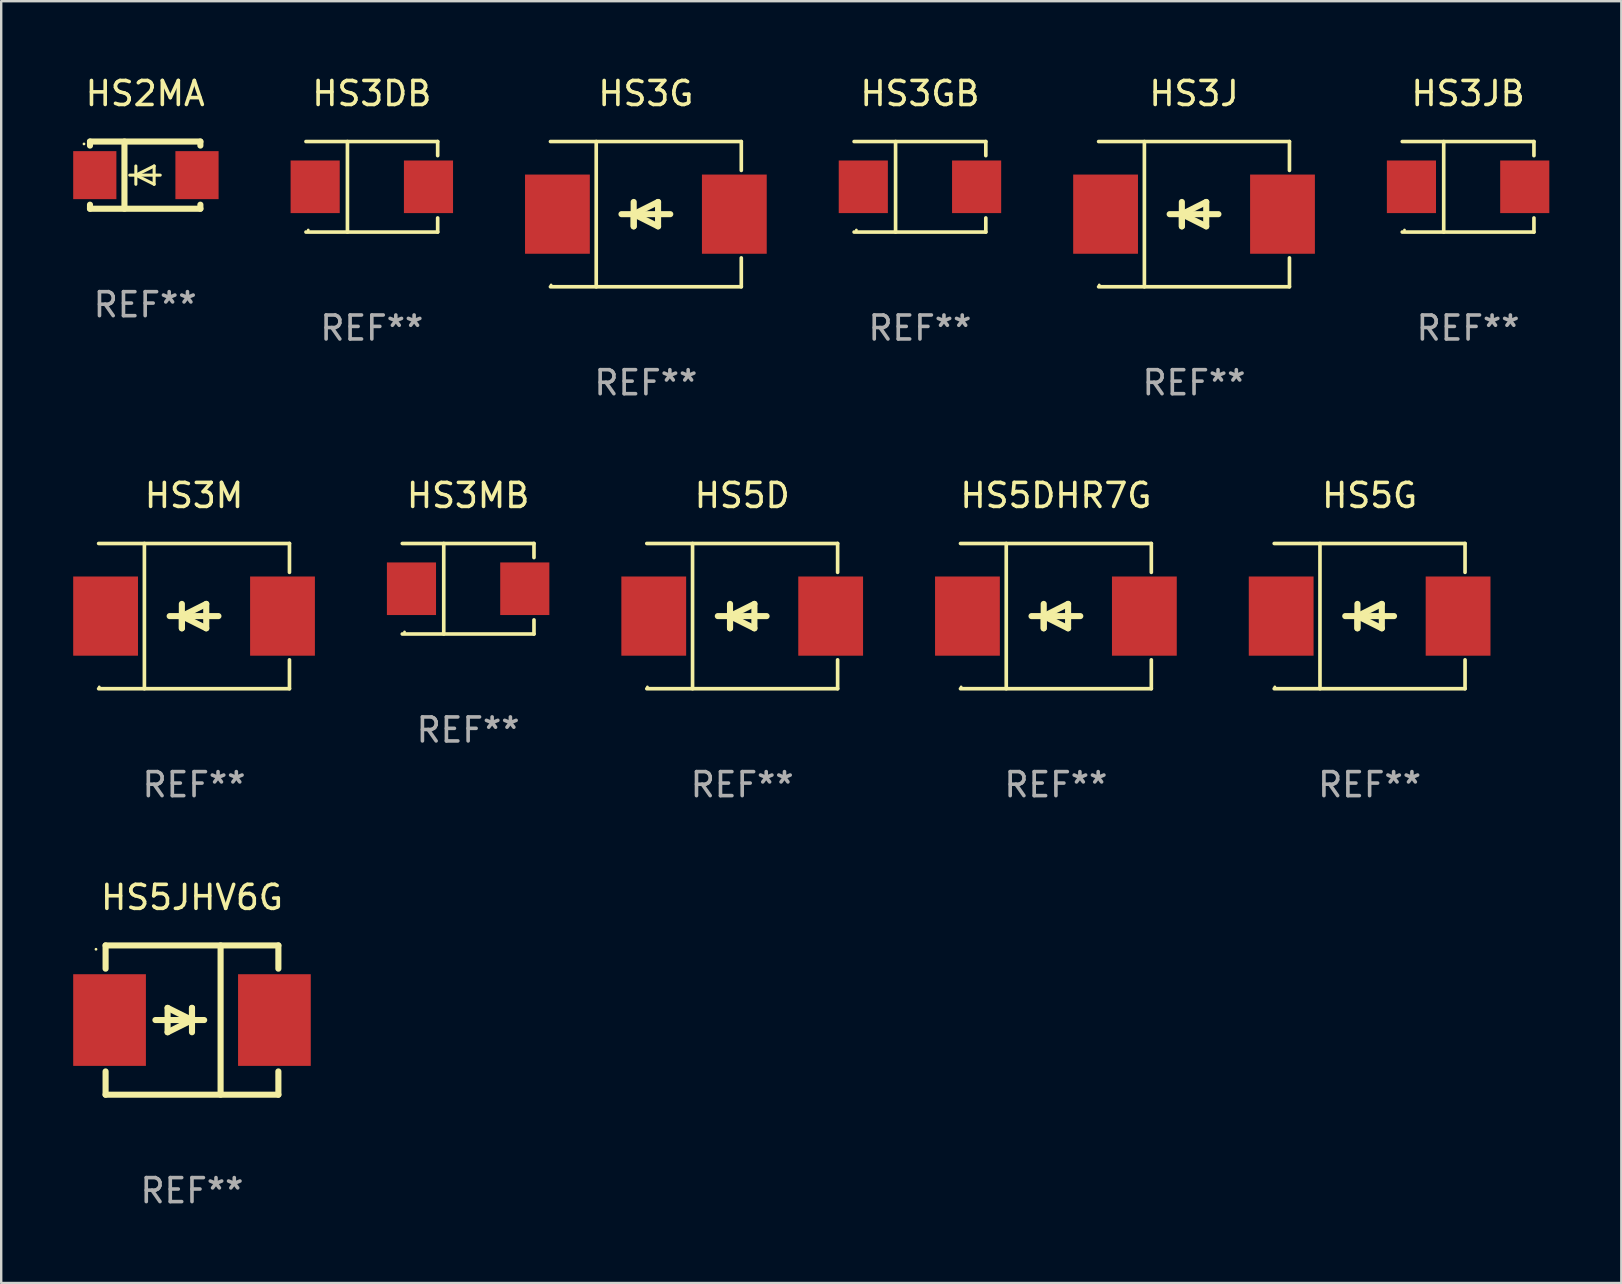
<source format=kicad_pcb>
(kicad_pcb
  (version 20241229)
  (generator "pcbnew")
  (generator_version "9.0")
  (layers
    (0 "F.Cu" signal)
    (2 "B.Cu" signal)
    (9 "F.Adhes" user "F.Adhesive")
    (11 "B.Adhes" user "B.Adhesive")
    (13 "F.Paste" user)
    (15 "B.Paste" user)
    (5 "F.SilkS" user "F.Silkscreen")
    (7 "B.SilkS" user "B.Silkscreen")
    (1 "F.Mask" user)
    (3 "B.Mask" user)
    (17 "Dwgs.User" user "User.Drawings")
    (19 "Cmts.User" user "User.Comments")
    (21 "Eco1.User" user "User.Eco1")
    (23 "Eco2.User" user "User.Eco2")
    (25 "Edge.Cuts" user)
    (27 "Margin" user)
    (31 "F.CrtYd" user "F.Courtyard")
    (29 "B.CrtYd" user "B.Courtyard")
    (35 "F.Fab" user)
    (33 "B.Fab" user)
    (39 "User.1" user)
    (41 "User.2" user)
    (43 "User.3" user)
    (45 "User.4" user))
  (footprint "HS5D"
    (layer "F.Cu")
    (at 27.878 22.623)
    (property "Reference" "HS5D" (at 0 -5.026 0) (layer "F.SilkS") (effects (font (size 1 1) (thickness 0.15))))
    (attr through_hole)
    (fp_line (start -3.976 -3.026) (end 3.976 -3.026) (stroke (width 0.152) (type solid)) (layer "F.SilkS"))
    (fp_line (start -3.976 3.026) (end 3.976 3.026) (stroke (width 0.152) (type solid)) (layer "F.SilkS"))
    (fp_line (start -2.069 -3.026) (end -2.069 3.026) (stroke (width 0.152) (type solid)) (layer "F.SilkS"))
    (fp_line (start -0.508 0) (end -0.508 0.508) (stroke (width 0.254) (type solid)) (layer "F.SilkS"))
    (fp_line (start -0.508 0) (end 0.508 0.508) (stroke (width 0.254) (type solid)) (layer "F.SilkS"))
    (fp_line (start -0.508 0.508) (end -0.508 -0.508) (stroke (width 0.254) (type solid)) (layer "F.SilkS"))
    (fp_line (start 0.508 -0.508) (end -0.508 0) (stroke (width 0.254) (type solid)) (layer "F.SilkS"))
    (fp_line (start 0.508 0.508) (end 0.508 -0.508) (stroke (width 0.254) (type solid)) (layer "F.SilkS"))
    (fp_line (start 1.016 0) (end -1.016 0) (stroke (width 0.254) (type solid)) (layer "F.SilkS"))
    (fp_line (start 3.976 -3.026) (end 3.976 -1.823) (stroke (width 0.152) (type solid)) (layer "F.SilkS"))
    (fp_line (start 3.976 3.026) (end 3.976 1.823) (stroke (width 0.152) (type solid)) (layer "F.SilkS"))
    (fp_circle (center -3.95 2.95) (end -3.92 2.95) (stroke (width 0.06) (type solid)) (fill no) (layer "F.SilkS"))
    (fp_text user "REF**" (at 0 7.026 0) (layer "F.Fab") (effects (font (size 1 1) (thickness 0.15))))
    (pad "1" smd rect (at -3.686 0) (size 2.7 3.3) (layers "F.Cu" "F.Mask" "F.Paste"))
    (pad "2" smd rect (at 3.686 0) (size 2.7 3.3) (layers "F.Cu" "F.Mask" "F.Paste")))
  (footprint "HS3GB"
    (layer "F.Cu")
    (at 35.285 4.734)
    (property "Reference" "HS3GB" (at 0 -3.886 0) (layer "F.SilkS") (effects (font (size 1 1) (thickness 0.15))))
    (attr through_hole)
    (fp_line (start -2.744 -1.886) (end 2.744 -1.886) (stroke (width 0.152) (type solid)) (layer "F.SilkS"))
    (fp_line (start -2.744 1.886) (end 2.744 1.886) (stroke (width 0.152) (type solid)) (layer "F.SilkS"))
    (fp_line (start -1.016 -1.886) (end -1.016 1.886) (stroke (width 0.152) (type solid)) (layer "F.SilkS"))
    (fp_line (start 2.744 -1.886) (end 2.744 -1.299) (stroke (width 0.152) (type solid)) (layer "F.SilkS"))
    (fp_line (start 2.744 1.886) (end 2.744 1.299) (stroke (width 0.152) (type solid)) (layer "F.SilkS"))
    (fp_circle (center -2.65 1.8) (end -2.62 1.8) (stroke (width 0.06) (type solid)) (fill no) (layer "F.SilkS"))
    (fp_text user "REF**" (at 0 5.886 0) (layer "F.Fab") (effects (font (size 1 1) (thickness 0.15))))
    (pad "1" smd rect (at -2.361 0) (size 2.047 2.192) (layers "F.Cu" "F.Mask" "F.Paste"))
    (pad "2" smd rect (at 2.361 0) (size 2.047 2.192) (layers "F.Cu" "F.Mask" "F.Paste")))
  (footprint "HS3M"
    (layer "F.Cu")
    (at 5.036 22.623)
    (property "Reference" "HS3M" (at 0 -5.026 0) (layer "F.SilkS") (effects (font (size 1 1) (thickness 0.15))))
    (attr through_hole)
    (fp_line (start -3.976 -3.026) (end 3.976 -3.026) (stroke (width 0.152) (type solid)) (layer "F.SilkS"))
    (fp_line (start -3.976 3.026) (end 3.976 3.026) (stroke (width 0.152) (type solid)) (layer "F.SilkS"))
    (fp_line (start -2.069 -3.026) (end -2.069 3.026) (stroke (width 0.152) (type solid)) (layer "F.SilkS"))
    (fp_line (start -0.508 0) (end -0.508 0.508) (stroke (width 0.254) (type solid)) (layer "F.SilkS"))
    (fp_line (start -0.508 0) (end 0.508 0.508) (stroke (width 0.254) (type solid)) (layer "F.SilkS"))
    (fp_line (start -0.508 0.508) (end -0.508 -0.508) (stroke (width 0.254) (type solid)) (layer "F.SilkS"))
    (fp_line (start 0.508 -0.508) (end -0.508 0) (stroke (width 0.254) (type solid)) (layer "F.SilkS"))
    (fp_line (start 0.508 0.508) (end 0.508 -0.508) (stroke (width 0.254) (type solid)) (layer "F.SilkS"))
    (fp_line (start 1.016 0) (end -1.016 0) (stroke (width 0.254) (type solid)) (layer "F.SilkS"))
    (fp_line (start 3.976 -3.026) (end 3.976 -1.823) (stroke (width 0.152) (type solid)) (layer "F.SilkS"))
    (fp_line (start 3.976 3.026) (end 3.976 1.823) (stroke (width 0.152) (type solid)) (layer "F.SilkS"))
    (fp_circle (center -3.95 2.95) (end -3.92 2.95) (stroke (width 0.06) (type solid)) (fill no) (layer "F.SilkS"))
    (fp_text user "REF**" (at 0 7.026 0) (layer "F.Fab") (effects (font (size 1 1) (thickness 0.15))))
    (pad "1" smd rect (at -3.686 0) (size 2.7 3.3) (layers "F.Cu" "F.Mask" "F.Paste"))
    (pad "2" smd rect (at 3.686 0) (size 2.7 3.3) (layers "F.Cu" "F.Mask" "F.Paste")))
  (footprint "HS2MA"
    (layer "F.Cu")
    (at 3 4.248)
    (property "Reference" "HS2MA" (at 0 -3.4 0) (layer "F.SilkS") (effects (font (size 1 1) (thickness 0.15))))
    (attr through_hole)
    (fp_line (start -2.3 -1.4) (end -2.3 -1.231) (stroke (width 0.254) (type solid)) (layer "F.SilkS"))
    (fp_line (start -2.3 -1.4) (end 2.3 -1.4) (stroke (width 0.254) (type solid)) (layer "F.SilkS"))
    (fp_line (start -2.3 1.231) (end -2.3 1.4) (stroke (width 0.254) (type solid)) (layer "F.SilkS"))
    (fp_line (start -2.3 1.4) (end 2.3 1.4) (stroke (width 0.254) (type solid)) (layer "F.SilkS"))
    (fp_line (start -0.864 1.4) (end -0.864 -1.4) (stroke (width 0.254) (type solid)) (layer "F.SilkS"))
    (fp_line (start -0.389 0) (end -0.389 -0.381) (stroke (width 0.127) (type solid)) (layer "F.SilkS"))
    (fp_line (start -0.389 0) (end -0.389 0.381) (stroke (width 0.127) (type solid)) (layer "F.SilkS"))
    (fp_line (start 0.373 -0.381) (end -0.389 0) (stroke (width 0.127) (type solid)) (layer "F.SilkS"))
    (fp_line (start 0.373 0) (end 0.373 -0.381) (stroke (width 0.127) (type solid)) (layer "F.SilkS"))
    (fp_line (start 0.373 0) (end 0.373 0.381) (stroke (width 0.127) (type solid)) (layer "F.SilkS"))
    (fp_line (start 0.373 0.381) (end -0.389 0) (stroke (width 0.127) (type solid)) (layer "F.SilkS"))
    (fp_line (start 0.627 0) (end -0.643 0) (stroke (width 0.127) (type solid)) (layer "F.SilkS"))
    (fp_line (start 2.3 -1.4) (end 2.3 -1.231) (stroke (width 0.254) (type solid)) (layer "F.SilkS"))
    (fp_line (start 2.3 1.231) (end 2.3 1.4) (stroke (width 0.254) (type solid)) (layer "F.SilkS"))
    (fp_circle (center -2.55 -1.3) (end -2.52 -1.3) (stroke (width 0.06) (type solid)) (fill no) (layer "F.SilkS"))
    (fp_text user "REF**" (at 0 5.4 0) (layer "F.Fab") (effects (font (size 1 1) (thickness 0.15))))
    (pad "1" smd rect (at -2.1 0 180) (size 1.8 2) (layers "F.Cu" "F.Mask" "F.Paste"))
    (pad "2" smd rect (at 2.159 0 180) (size 1.8 2) (layers "F.Cu" "F.Mask" "F.Paste")))
  (footprint "HS5JHV6G"
    (layer "F.Cu")
    (at 4.95 39.456)
    (property "Reference" "HS5JHV6G" (at 0 -5.11 0) (layer "F.SilkS") (effects (font (size 1 1) (thickness 0.15))))
    (attr through_hole)
    (fp_line (start -3.6 -2.141) (end -3.6 -3.11) (stroke (width 0.254) (type solid)) (layer "F.SilkS"))
    (fp_line (start -3.6 3.11) (end -3.6 2.141) (stroke (width 0.254) (type solid)) (layer "F.SilkS"))
    (fp_line (start -1.524 0) (end 0.508 0) (stroke (width 0.254) (type solid)) (layer "F.SilkS"))
    (fp_line (start -1.016 -0.508) (end -1.016 0.508) (stroke (width 0.254) (type solid)) (layer "F.SilkS"))
    (fp_line (start -1.016 0.508) (end 0 0) (stroke (width 0.254) (type solid)) (layer "F.SilkS"))
    (fp_line (start 0 -0.508) (end 0 0.508) (stroke (width 0.254) (type solid)) (layer "F.SilkS"))
    (fp_line (start 0 0) (end -1.016 -0.508) (stroke (width 0.254) (type solid)) (layer "F.SilkS"))
    (fp_line (start 0 0) (end 0 -0.508) (stroke (width 0.254) (type solid)) (layer "F.SilkS"))
    (fp_line (start 1.192 3.11) (end 1.192 -3.11) (stroke (width 0.254) (type solid)) (layer "F.SilkS"))
    (fp_line (start 3.6 -3.11) (end -3.6 -3.11) (stroke (width 0.254) (type solid)) (layer "F.SilkS"))
    (fp_line (start 3.6 -2.141) (end 3.6 -3.11) (stroke (width 0.254) (type solid)) (layer "F.SilkS"))
    (fp_line (start 3.6 3.11) (end -3.6 3.11) (stroke (width 0.254) (type solid)) (layer "F.SilkS"))
    (fp_line (start 3.6 3.11) (end 3.6 2.141) (stroke (width 0.254) (type solid)) (layer "F.SilkS"))
    (fp_circle (center -4 -2.95) (end -3.97 -2.95) (stroke (width 0.06) (type solid)) (fill no) (layer "F.SilkS"))
    (fp_text user "REF**" (at 0 7.11 0) (layer "F.Fab") (effects (font (size 1 1) (thickness 0.15))))
    (pad "1" smd rect (at -3.435 0) (size 3.03 3.82) (layers "F.Cu" "F.Mask" "F.Paste"))
    (pad "2" smd rect (at 3.435 0) (size 3.03 3.82) (layers "F.Cu" "F.Mask" "F.Paste")))
  (footprint "HS5G"
    (layer "F.Cu")
    (at 54.023 22.623)
    (property "Reference" "HS5G" (at 0 -5.026 0) (layer "F.SilkS") (effects (font (size 1 1) (thickness 0.15))))
    (attr through_hole)
    (fp_line (start -3.976 -3.026) (end 3.976 -3.026) (stroke (width 0.152) (type solid)) (layer "F.SilkS"))
    (fp_line (start -3.976 3.026) (end 3.976 3.026) (stroke (width 0.152) (type solid)) (layer "F.SilkS"))
    (fp_line (start -2.069 -3.026) (end -2.069 3.026) (stroke (width 0.152) (type solid)) (layer "F.SilkS"))
    (fp_line (start -0.508 0) (end -0.508 0.508) (stroke (width 0.254) (type solid)) (layer "F.SilkS"))
    (fp_line (start -0.508 0) (end 0.508 0.508) (stroke (width 0.254) (type solid)) (layer "F.SilkS"))
    (fp_line (start -0.508 0.508) (end -0.508 -0.508) (stroke (width 0.254) (type solid)) (layer "F.SilkS"))
    (fp_line (start 0.508 -0.508) (end -0.508 0) (stroke (width 0.254) (type solid)) (layer "F.SilkS"))
    (fp_line (start 0.508 0.508) (end 0.508 -0.508) (stroke (width 0.254) (type solid)) (layer "F.SilkS"))
    (fp_line (start 1.016 0) (end -1.016 0) (stroke (width 0.254) (type solid)) (layer "F.SilkS"))
    (fp_line (start 3.976 -3.026) (end 3.976 -1.823) (stroke (width 0.152) (type solid)) (layer "F.SilkS"))
    (fp_line (start 3.976 3.026) (end 3.976 1.823) (stroke (width 0.152) (type solid)) (layer "F.SilkS"))
    (fp_circle (center -3.95 2.95) (end -3.92 2.95) (stroke (width 0.06) (type solid)) (fill no) (layer "F.SilkS"))
    (fp_text user "REF**" (at 0 7.026 0) (layer "F.Fab") (effects (font (size 1 1) (thickness 0.15))))
    (pad "1" smd rect (at -3.686 0) (size 2.7 3.3) (layers "F.Cu" "F.Mask" "F.Paste"))
    (pad "2" smd rect (at 3.686 0) (size 2.7 3.3) (layers "F.Cu" "F.Mask" "F.Paste")))
  (footprint "HS3G"
    (layer "F.Cu")
    (at 23.864 5.874)
    (property "Reference" "HS3G" (at 0 -5.026 0) (layer "F.SilkS") (effects (font (size 1 1) (thickness 0.15))))
    (attr through_hole)
    (fp_line (start -3.976 -3.026) (end 3.976 -3.026) (stroke (width 0.152) (type solid)) (layer "F.SilkS"))
    (fp_line (start -3.976 3.026) (end 3.976 3.026) (stroke (width 0.152) (type solid)) (layer "F.SilkS"))
    (fp_line (start -2.069 -3.026) (end -2.069 3.026) (stroke (width 0.152) (type solid)) (layer "F.SilkS"))
    (fp_line (start -0.508 0) (end -0.508 0.508) (stroke (width 0.254) (type solid)) (layer "F.SilkS"))
    (fp_line (start -0.508 0) (end 0.508 0.508) (stroke (width 0.254) (type solid)) (layer "F.SilkS"))
    (fp_line (start -0.508 0.508) (end -0.508 -0.508) (stroke (width 0.254) (type solid)) (layer "F.SilkS"))
    (fp_line (start 0.508 -0.508) (end -0.508 0) (stroke (width 0.254) (type solid)) (layer "F.SilkS"))
    (fp_line (start 0.508 0.508) (end 0.508 -0.508) (stroke (width 0.254) (type solid)) (layer "F.SilkS"))
    (fp_line (start 1.016 0) (end -1.016 0) (stroke (width 0.254) (type solid)) (layer "F.SilkS"))
    (fp_line (start 3.976 -3.026) (end 3.976 -1.823) (stroke (width 0.152) (type solid)) (layer "F.SilkS"))
    (fp_line (start 3.976 3.026) (end 3.976 1.823) (stroke (width 0.152) (type solid)) (layer "F.SilkS"))
    (fp_circle (center -3.95 2.95) (end -3.92 2.95) (stroke (width 0.06) (type solid)) (fill no) (layer "F.SilkS"))
    (fp_text user "REF**" (at 0 7.026 0) (layer "F.Fab") (effects (font (size 1 1) (thickness 0.15))))
    (pad "1" smd rect (at -3.686 0) (size 2.7 3.3) (layers "F.Cu" "F.Mask" "F.Paste"))
    (pad "2" smd rect (at 3.686 0) (size 2.7 3.3) (layers "F.Cu" "F.Mask" "F.Paste")))
  (footprint "HS5DHR7G"
    (layer "F.Cu")
    (at 40.95 22.623)
    (property "Reference" "HS5DHR7G" (at 0 -5.026 0) (layer "F.SilkS") (effects (font (size 1 1) (thickness 0.15))))
    (attr through_hole)
    (fp_line (start -3.976 -3.026) (end 3.976 -3.026) (stroke (width 0.152) (type solid)) (layer "F.SilkS"))
    (fp_line (start -3.976 3.026) (end 3.976 3.026) (stroke (width 0.152) (type solid)) (layer "F.SilkS"))
    (fp_line (start -2.069 -3.026) (end -2.069 3.026) (stroke (width 0.152) (type solid)) (layer "F.SilkS"))
    (fp_line (start -0.508 0) (end -0.508 0.508) (stroke (width 0.254) (type solid)) (layer "F.SilkS"))
    (fp_line (start -0.508 0) (end 0.508 0.508) (stroke (width 0.254) (type solid)) (layer "F.SilkS"))
    (fp_line (start -0.508 0.508) (end -0.508 -0.508) (stroke (width 0.254) (type solid)) (layer "F.SilkS"))
    (fp_line (start 0.508 -0.508) (end -0.508 0) (stroke (width 0.254) (type solid)) (layer "F.SilkS"))
    (fp_line (start 0.508 0.508) (end 0.508 -0.508) (stroke (width 0.254) (type solid)) (layer "F.SilkS"))
    (fp_line (start 1.016 0) (end -1.016 0) (stroke (width 0.254) (type solid)) (layer "F.SilkS"))
    (fp_line (start 3.976 -3.026) (end 3.976 -1.823) (stroke (width 0.152) (type solid)) (layer "F.SilkS"))
    (fp_line (start 3.976 3.026) (end 3.976 1.823) (stroke (width 0.152) (type solid)) (layer "F.SilkS"))
    (fp_circle (center -3.95 2.95) (end -3.92 2.95) (stroke (width 0.06) (type solid)) (fill no) (layer "F.SilkS"))
    (fp_text user "REF**" (at 0 7.026 0) (layer "F.Fab") (effects (font (size 1 1) (thickness 0.15))))
    (pad "1" smd rect (at -3.686 0) (size 2.7 3.3) (layers "F.Cu" "F.Mask" "F.Paste"))
    (pad "2" smd rect (at 3.686 0) (size 2.7 3.3) (layers "F.Cu" "F.Mask" "F.Paste")))
  (footprint "HS3DB"
    (layer "F.Cu")
    (at 12.444 4.734)
    (property "Reference" "HS3DB" (at 0 -3.886 0) (layer "F.SilkS") (effects (font (size 1 1) (thickness 0.15))))
    (attr through_hole)
    (fp_line (start -2.744 -1.886) (end 2.744 -1.886) (stroke (width 0.152) (type solid)) (layer "F.SilkS"))
    (fp_line (start -2.744 1.886) (end 2.744 1.886) (stroke (width 0.152) (type solid)) (layer "F.SilkS"))
    (fp_line (start -1.016 -1.886) (end -1.016 1.886) (stroke (width 0.152) (type solid)) (layer "F.SilkS"))
    (fp_line (start 2.744 -1.886) (end 2.744 -1.299) (stroke (width 0.152) (type solid)) (layer "F.SilkS"))
    (fp_line (start 2.744 1.886) (end 2.744 1.299) (stroke (width 0.152) (type solid)) (layer "F.SilkS"))
    (fp_circle (center -2.65 1.8) (end -2.62 1.8) (stroke (width 0.06) (type solid)) (fill no) (layer "F.SilkS"))
    (fp_text user "REF**" (at 0 5.886 0) (layer "F.Fab") (effects (font (size 1 1) (thickness 0.15))))
    (pad "1" smd rect (at -2.361 0) (size 2.047 2.192) (layers "F.Cu" "F.Mask" "F.Paste"))
    (pad "2" smd rect (at 2.361 0) (size 2.047 2.192) (layers "F.Cu" "F.Mask" "F.Paste")))
  (footprint "HS3J"
    (layer "F.Cu")
    (at 46.706 5.874)
    (property "Reference" "HS3J" (at 0 -5.026 0) (layer "F.SilkS") (effects (font (size 1 1) (thickness 0.15))))
    (attr through_hole)
    (fp_line (start -3.976 -3.026) (end 3.976 -3.026) (stroke (width 0.152) (type solid)) (layer "F.SilkS"))
    (fp_line (start -3.976 3.026) (end 3.976 3.026) (stroke (width 0.152) (type solid)) (layer "F.SilkS"))
    (fp_line (start -2.069 -3.026) (end -2.069 3.026) (stroke (width 0.152) (type solid)) (layer "F.SilkS"))
    (fp_line (start -0.508 0) (end -0.508 0.508) (stroke (width 0.254) (type solid)) (layer "F.SilkS"))
    (fp_line (start -0.508 0) (end 0.508 0.508) (stroke (width 0.254) (type solid)) (layer "F.SilkS"))
    (fp_line (start -0.508 0.508) (end -0.508 -0.508) (stroke (width 0.254) (type solid)) (layer "F.SilkS"))
    (fp_line (start 0.508 -0.508) (end -0.508 0) (stroke (width 0.254) (type solid)) (layer "F.SilkS"))
    (fp_line (start 0.508 0.508) (end 0.508 -0.508) (stroke (width 0.254) (type solid)) (layer "F.SilkS"))
    (fp_line (start 1.016 0) (end -1.016 0) (stroke (width 0.254) (type solid)) (layer "F.SilkS"))
    (fp_line (start 3.976 -3.026) (end 3.976 -1.823) (stroke (width 0.152) (type solid)) (layer "F.SilkS"))
    (fp_line (start 3.976 3.026) (end 3.976 1.823) (stroke (width 0.152) (type solid)) (layer "F.SilkS"))
    (fp_circle (center -3.95 2.95) (end -3.92 2.95) (stroke (width 0.06) (type solid)) (fill no) (layer "F.SilkS"))
    (fp_text user "REF**" (at 0 7.026 0) (layer "F.Fab") (effects (font (size 1 1) (thickness 0.15))))
    (pad "1" smd rect (at -3.686 0) (size 2.7 3.3) (layers "F.Cu" "F.Mask" "F.Paste"))
    (pad "2" smd rect (at 3.686 0) (size 2.7 3.3) (layers "F.Cu" "F.Mask" "F.Paste")))
  (footprint "HS3JB"
    (layer "F.Cu")
    (at 58.126 4.734)
    (property "Reference" "HS3JB" (at 0 -3.886 0) (layer "F.SilkS") (effects (font (size 1 1) (thickness 0.15))))
    (attr through_hole)
    (fp_line (start -2.744 -1.886) (end 2.744 -1.886) (stroke (width 0.152) (type solid)) (layer "F.SilkS"))
    (fp_line (start -2.744 1.886) (end 2.744 1.886) (stroke (width 0.152) (type solid)) (layer "F.SilkS"))
    (fp_line (start -1.016 -1.886) (end -1.016 1.886) (stroke (width 0.152) (type solid)) (layer "F.SilkS"))
    (fp_line (start 2.744 -1.886) (end 2.744 -1.299) (stroke (width 0.152) (type solid)) (layer "F.SilkS"))
    (fp_line (start 2.744 1.886) (end 2.744 1.299) (stroke (width 0.152) (type solid)) (layer "F.SilkS"))
    (fp_circle (center -2.65 1.8) (end -2.62 1.8) (stroke (width 0.06) (type solid)) (fill no) (layer "F.SilkS"))
    (fp_text user "REF**" (at 0 5.886 0) (layer "F.Fab") (effects (font (size 1 1) (thickness 0.15))))
    (pad "1" smd rect (at -2.361 0) (size 2.047 2.192) (layers "F.Cu" "F.Mask" "F.Paste"))
    (pad "2" smd rect (at 2.361 0) (size 2.047 2.192) (layers "F.Cu" "F.Mask" "F.Paste")))
  (footprint "HS3MB"
    (layer "F.Cu")
    (at 16.457 21.483)
    (property "Reference" "HS3MB" (at 0 -3.886 0) (layer "F.SilkS") (effects (font (size 1 1) (thickness 0.15))))
    (attr through_hole)
    (fp_line (start -2.744 -1.886) (end 2.744 -1.886) (stroke (width 0.152) (type solid)) (layer "F.SilkS"))
    (fp_line (start -2.744 1.886) (end 2.744 1.886) (stroke (width 0.152) (type solid)) (layer "F.SilkS"))
    (fp_line (start -1.016 -1.886) (end -1.016 1.886) (stroke (width 0.152) (type solid)) (layer "F.SilkS"))
    (fp_line (start 2.744 -1.886) (end 2.744 -1.299) (stroke (width 0.152) (type solid)) (layer "F.SilkS"))
    (fp_line (start 2.744 1.886) (end 2.744 1.299) (stroke (width 0.152) (type solid)) (layer "F.SilkS"))
    (fp_circle (center -2.65 1.8) (end -2.62 1.8) (stroke (width 0.06) (type solid)) (fill no) (layer "F.SilkS"))
    (fp_text user "REF**" (at 0 5.886 0) (layer "F.Fab") (effects (font (size 1 1) (thickness 0.15))))
    (pad "1" smd rect (at -2.361 0) (size 2.047 2.192) (layers "F.Cu" "F.Mask" "F.Paste"))
    (pad "2" smd rect (at 2.361 0) (size 2.047 2.192) (layers "F.Cu" "F.Mask" "F.Paste")))
  (gr_rect
    (start -3 -3)
    (end 64.511 50.414)
    (stroke (width 0.1) (type default))
    (fill no)
    (layer "Edge.Cuts")))
</source>
